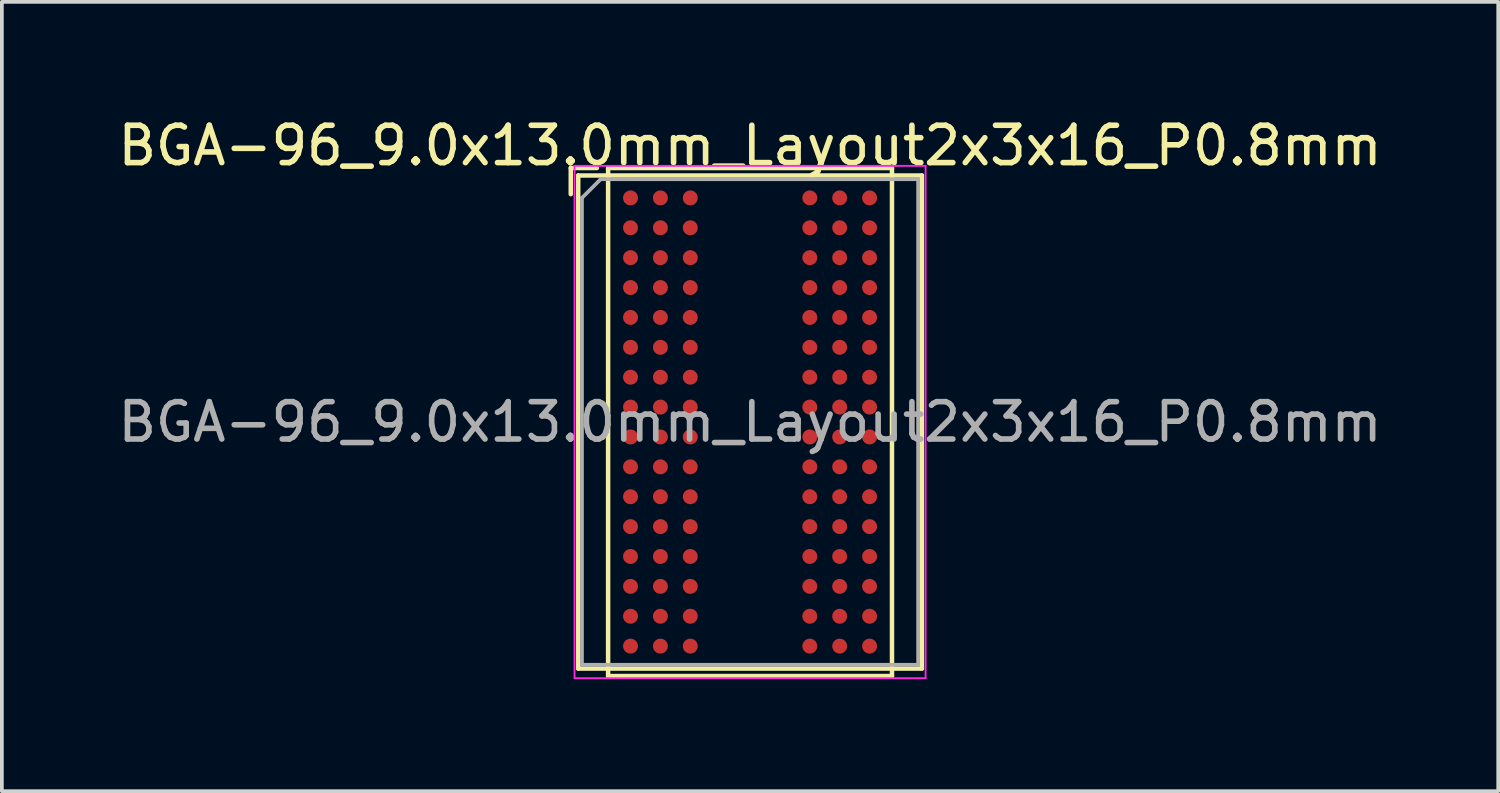
<source format=kicad_pcb>
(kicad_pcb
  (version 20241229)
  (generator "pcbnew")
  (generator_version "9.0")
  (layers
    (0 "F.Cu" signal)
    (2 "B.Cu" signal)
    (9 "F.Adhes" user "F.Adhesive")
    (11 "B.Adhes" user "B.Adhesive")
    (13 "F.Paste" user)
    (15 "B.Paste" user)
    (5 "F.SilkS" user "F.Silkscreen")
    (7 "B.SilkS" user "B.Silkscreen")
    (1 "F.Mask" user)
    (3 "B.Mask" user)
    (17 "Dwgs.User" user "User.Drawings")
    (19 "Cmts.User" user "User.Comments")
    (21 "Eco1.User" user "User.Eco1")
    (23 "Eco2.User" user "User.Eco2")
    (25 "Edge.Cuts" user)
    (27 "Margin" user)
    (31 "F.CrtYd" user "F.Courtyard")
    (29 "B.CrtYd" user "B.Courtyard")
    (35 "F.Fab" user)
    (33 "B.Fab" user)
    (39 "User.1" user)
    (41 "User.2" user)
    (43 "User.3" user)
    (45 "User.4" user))
  (footprint "BGA-96_9.0x13.0mm_Layout2x3x16_P0.8mm"
    (layer "F.Cu")
    (at 17.03 8.248)
    (property "Reference" "BGA-96_9.0x13.0mm_Layout2x3x16_P0.8mm" (at 0 -7.4 0) (layer "F.SilkS") (effects (font (size 1 1) (thickness 0.15))))
    (attr smd)
    (fp_line (start -4.8 -6.8) (end -4.8 -6.1) (stroke (width 0.12) (type solid)) (layer "F.SilkS"))
    (fp_line (start -4.6 -6.6) (end -4.6 6.6) (stroke (width 0.12) (type solid)) (layer "F.SilkS"))
    (fp_line (start -4.6 6.6) (end 4.6 6.6) (stroke (width 0.12) (type solid)) (layer "F.SilkS"))
    (fp_line (start -4.1 -6.8) (end -4.8 -6.8) (stroke (width 0.12) (type solid)) (layer "F.SilkS"))
    (fp_line (start -3.8 -6.8) (end 3.8 -6.8) (stroke (width 0.12) (type solid)) (layer "F.SilkS"))
    (fp_line (start -3.8 6.8) (end -3.8 -6.8) (stroke (width 0.12) (type solid)) (layer "F.SilkS"))
    (fp_line (start 3.8 6.8) (end -3.8 6.8) (stroke (width 0.12) (type solid)) (layer "F.SilkS"))
    (fp_line (start 3.8 6.8) (end 3.8 -6.8) (stroke (width 0.12) (type solid)) (layer "F.SilkS"))
    (fp_line (start 4.6 -6.6) (end -4.6 -6.6) (stroke (width 0.12) (type solid)) (layer "F.SilkS"))
    (fp_line (start 4.6 6.6) (end 4.6 -6.6) (stroke (width 0.12) (type solid)) (layer "F.SilkS"))
    (fp_line (start -4.699 -6.858) (end -4.699 6.858) (stroke (width 0.05) (type solid)) (layer "F.CrtYd"))
    (fp_line (start -4.699 -6.858) (end 4.699 -6.858) (stroke (width 0.05) (type solid)) (layer "F.CrtYd"))
    (fp_line (start 4.699 6.858) (end -4.699 6.858) (stroke (width 0.05) (type solid)) (layer "F.CrtYd"))
    (fp_line (start 4.699 6.858) (end 4.699 -6.858) (stroke (width 0.05) (type solid)) (layer "F.CrtYd"))
    (fp_line (start -4.5 -6) (end -4.5 6.5) (stroke (width 0.1) (type solid)) (layer "F.Fab"))
    (fp_line (start -4.5 6.5) (end 4.5 6.5) (stroke (width 0.1) (type solid)) (layer "F.Fab"))
    (fp_line (start -4 -6.5) (end -4.5 -6) (stroke (width 0.1) (type solid)) (layer "F.Fab"))
    (fp_line (start 4.5 -6.5) (end -4 -6.5) (stroke (width 0.1) (type solid)) (layer "F.Fab"))
    (fp_line (start 4.5 6.5) (end 4.5 -6.5) (stroke (width 0.1) (type solid)) (layer "F.Fab"))
    (fp_text user "${REFERENCE}" (at 0 0 0) (layer "F.Fab") (effects (font (size 1 1) (thickness 0.15))))
    (pad "A1" smd circle (at -3.2 -6) (size 0.4 0.4) (layers "F.Cu" "F.Mask" "F.Paste"))
    (pad "A2" smd circle (at -2.4 -6) (size 0.4 0.4) (layers "F.Cu" "F.Mask" "F.Paste"))
    (pad "A3" smd circle (at -1.6 -6) (size 0.4 0.4) (layers "F.Cu" "F.Mask" "F.Paste"))
    (pad "A7" smd circle (at 1.6 -6) (size 0.4 0.4) (layers "F.Cu" "F.Mask" "F.Paste"))
    (pad "A8" smd circle (at 2.4 -6) (size 0.4 0.4) (layers "F.Cu" "F.Mask" "F.Paste"))
    (pad "A9" smd circle (at 3.2 -6) (size 0.4 0.4) (layers "F.Cu" "F.Mask" "F.Paste"))
    (pad "B1" smd circle (at -3.2 -5.2) (size 0.4 0.4) (layers "F.Cu" "F.Mask" "F.Paste"))
    (pad "B2" smd circle (at -2.4 -5.2) (size 0.4 0.4) (layers "F.Cu" "F.Mask" "F.Paste"))
    (pad "B3" smd circle (at -1.6 -5.2) (size 0.4 0.4) (layers "F.Cu" "F.Mask" "F.Paste"))
    (pad "B7" smd circle (at 1.6 -5.2) (size 0.4 0.4) (layers "F.Cu" "F.Mask" "F.Paste"))
    (pad "B8" smd circle (at 2.4 -5.2) (size 0.4 0.4) (layers "F.Cu" "F.Mask" "F.Paste"))
    (pad "B9" smd circle (at 3.2 -5.2) (size 0.4 0.4) (layers "F.Cu" "F.Mask" "F.Paste"))
    (pad "C1" smd circle (at -3.2 -4.4) (size 0.4 0.4) (layers "F.Cu" "F.Mask" "F.Paste"))
    (pad "C2" smd circle (at -2.4 -4.4) (size 0.4 0.4) (layers "F.Cu" "F.Mask" "F.Paste"))
    (pad "C3" smd circle (at -1.6 -4.4) (size 0.4 0.4) (layers "F.Cu" "F.Mask" "F.Paste"))
    (pad "C7" smd circle (at 1.6 -4.4) (size 0.4 0.4) (layers "F.Cu" "F.Mask" "F.Paste"))
    (pad "C8" smd circle (at 2.4 -4.4) (size 0.4 0.4) (layers "F.Cu" "F.Mask" "F.Paste"))
    (pad "C9" smd circle (at 3.2 -4.4) (size 0.4 0.4) (layers "F.Cu" "F.Mask" "F.Paste"))
    (pad "D1" smd circle (at -3.2 -3.6) (size 0.4 0.4) (layers "F.Cu" "F.Mask" "F.Paste"))
    (pad "D2" smd circle (at -2.4 -3.6) (size 0.4 0.4) (layers "F.Cu" "F.Mask" "F.Paste"))
    (pad "D3" smd circle (at -1.6 -3.6) (size 0.4 0.4) (layers "F.Cu" "F.Mask" "F.Paste"))
    (pad "D7" smd circle (at 1.6 -3.6) (size 0.4 0.4) (layers "F.Cu" "F.Mask" "F.Paste"))
    (pad "D8" smd circle (at 2.4 -3.6) (size 0.4 0.4) (layers "F.Cu" "F.Mask" "F.Paste"))
    (pad "D9" smd circle (at 3.2 -3.6) (size 0.4 0.4) (layers "F.Cu" "F.Mask" "F.Paste"))
    (pad "E1" smd circle (at -3.2 -2.8) (size 0.4 0.4) (layers "F.Cu" "F.Mask" "F.Paste"))
    (pad "E2" smd circle (at -2.4 -2.8) (size 0.4 0.4) (layers "F.Cu" "F.Mask" "F.Paste"))
    (pad "E3" smd circle (at -1.6 -2.8) (size 0.4 0.4) (layers "F.Cu" "F.Mask" "F.Paste"))
    (pad "E7" smd circle (at 1.6 -2.8) (size 0.4 0.4) (layers "F.Cu" "F.Mask" "F.Paste"))
    (pad "E8" smd circle (at 2.4 -2.8) (size 0.4 0.4) (layers "F.Cu" "F.Mask" "F.Paste"))
    (pad "E9" smd circle (at 3.2 -2.8) (size 0.4 0.4) (layers "F.Cu" "F.Mask" "F.Paste"))
    (pad "F1" smd circle (at -3.2 -2) (size 0.4 0.4) (layers "F.Cu" "F.Mask" "F.Paste"))
    (pad "F2" smd circle (at -2.4 -2) (size 0.4 0.4) (layers "F.Cu" "F.Mask" "F.Paste"))
    (pad "F3" smd circle (at -1.6 -2) (size 0.4 0.4) (layers "F.Cu" "F.Mask" "F.Paste"))
    (pad "F7" smd circle (at 1.6 -2) (size 0.4 0.4) (layers "F.Cu" "F.Mask" "F.Paste"))
    (pad "F8" smd circle (at 2.4 -2) (size 0.4 0.4) (layers "F.Cu" "F.Mask" "F.Paste"))
    (pad "F9" smd circle (at 3.2 -2) (size 0.4 0.4) (layers "F.Cu" "F.Mask" "F.Paste"))
    (pad "G1" smd circle (at -3.2 -1.2) (size 0.4 0.4) (layers "F.Cu" "F.Mask" "F.Paste"))
    (pad "G2" smd circle (at -2.4 -1.2) (size 0.4 0.4) (layers "F.Cu" "F.Mask" "F.Paste"))
    (pad "G3" smd circle (at -1.6 -1.2) (size 0.4 0.4) (layers "F.Cu" "F.Mask" "F.Paste"))
    (pad "G7" smd circle (at 1.6 -1.2) (size 0.4 0.4) (layers "F.Cu" "F.Mask" "F.Paste"))
    (pad "G8" smd circle (at 2.4 -1.2) (size 0.4 0.4) (layers "F.Cu" "F.Mask" "F.Paste"))
    (pad "G9" smd circle (at 3.2 -1.2) (size 0.4 0.4) (layers "F.Cu" "F.Mask" "F.Paste"))
    (pad "H1" smd circle (at -3.2 -0.4) (size 0.4 0.4) (layers "F.Cu" "F.Mask" "F.Paste"))
    (pad "H2" smd circle (at -2.4 -0.4) (size 0.4 0.4) (layers "F.Cu" "F.Mask" "F.Paste"))
    (pad "H3" smd circle (at -1.6 -0.4) (size 0.4 0.4) (layers "F.Cu" "F.Mask" "F.Paste"))
    (pad "H7" smd circle (at 1.6 -0.4) (size 0.4 0.4) (layers "F.Cu" "F.Mask" "F.Paste"))
    (pad "H8" smd circle (at 2.4 -0.4) (size 0.4 0.4) (layers "F.Cu" "F.Mask" "F.Paste"))
    (pad "H9" smd circle (at 3.2 -0.4) (size 0.4 0.4) (layers "F.Cu" "F.Mask" "F.Paste"))
    (pad "J1" smd circle (at -3.2 0.4) (size 0.4 0.4) (layers "F.Cu" "F.Mask" "F.Paste"))
    (pad "J2" smd circle (at -2.4 0.4) (size 0.4 0.4) (layers "F.Cu" "F.Mask" "F.Paste"))
    (pad "J3" smd circle (at -1.6 0.4) (size 0.4 0.4) (layers "F.Cu" "F.Mask" "F.Paste"))
    (pad "J7" smd circle (at 1.6 0.4) (size 0.4 0.4) (layers "F.Cu" "F.Mask" "F.Paste"))
    (pad "J8" smd circle (at 2.4 0.4) (size 0.4 0.4) (layers "F.Cu" "F.Mask" "F.Paste"))
    (pad "J9" smd circle (at 3.2 0.4) (size 0.4 0.4) (layers "F.Cu" "F.Mask" "F.Paste"))
    (pad "K1" smd circle (at -3.2 1.2) (size 0.4 0.4) (layers "F.Cu" "F.Mask" "F.Paste"))
    (pad "K2" smd circle (at -2.4 1.2) (size 0.4 0.4) (layers "F.Cu" "F.Mask" "F.Paste"))
    (pad "K3" smd circle (at -1.6 1.2) (size 0.4 0.4) (layers "F.Cu" "F.Mask" "F.Paste"))
    (pad "K7" smd circle (at 1.6 1.2) (size 0.4 0.4) (layers "F.Cu" "F.Mask" "F.Paste"))
    (pad "K8" smd circle (at 2.4 1.2) (size 0.4 0.4) (layers "F.Cu" "F.Mask" "F.Paste"))
    (pad "K9" smd circle (at 3.2 1.2) (size 0.4 0.4) (layers "F.Cu" "F.Mask" "F.Paste"))
    (pad "L1" smd circle (at -3.2 2) (size 0.4 0.4) (layers "F.Cu" "F.Mask" "F.Paste"))
    (pad "L2" smd circle (at -2.4 2) (size 0.4 0.4) (layers "F.Cu" "F.Mask" "F.Paste"))
    (pad "L3" smd circle (at -1.6 2) (size 0.4 0.4) (layers "F.Cu" "F.Mask" "F.Paste"))
    (pad "L7" smd circle (at 1.6 2) (size 0.4 0.4) (layers "F.Cu" "F.Mask" "F.Paste"))
    (pad "L8" smd circle (at 2.4 2) (size 0.4 0.4) (layers "F.Cu" "F.Mask" "F.Paste"))
    (pad "L9" smd circle (at 3.2 2) (size 0.4 0.4) (layers "F.Cu" "F.Mask" "F.Paste"))
    (pad "M1" smd circle (at -3.2 2.8) (size 0.4 0.4) (layers "F.Cu" "F.Mask" "F.Paste"))
    (pad "M2" smd circle (at -2.4 2.8) (size 0.4 0.4) (layers "F.Cu" "F.Mask" "F.Paste"))
    (pad "M3" smd circle (at -1.6 2.8) (size 0.4 0.4) (layers "F.Cu" "F.Mask" "F.Paste"))
    (pad "M7" smd circle (at 1.6 2.8) (size 0.4 0.4) (layers "F.Cu" "F.Mask" "F.Paste"))
    (pad "M8" smd circle (at 2.4 2.8) (size 0.4 0.4) (layers "F.Cu" "F.Mask" "F.Paste"))
    (pad "M9" smd circle (at 3.2 2.8) (size 0.4 0.4) (layers "F.Cu" "F.Mask" "F.Paste"))
    (pad "N1" smd circle (at -3.2 3.6) (size 0.4 0.4) (layers "F.Cu" "F.Mask" "F.Paste"))
    (pad "N2" smd circle (at -2.4 3.6) (size 0.4 0.4) (layers "F.Cu" "F.Mask" "F.Paste"))
    (pad "N3" smd circle (at -1.6 3.6) (size 0.4 0.4) (layers "F.Cu" "F.Mask" "F.Paste"))
    (pad "N7" smd circle (at 1.6 3.6) (size 0.4 0.4) (layers "F.Cu" "F.Mask" "F.Paste"))
    (pad "N8" smd circle (at 2.4 3.6) (size 0.4 0.4) (layers "F.Cu" "F.Mask" "F.Paste"))
    (pad "N9" smd circle (at 3.2 3.6) (size 0.4 0.4) (layers "F.Cu" "F.Mask" "F.Paste"))
    (pad "P1" smd circle (at -3.2 4.4) (size 0.4 0.4) (layers "F.Cu" "F.Mask" "F.Paste"))
    (pad "P2" smd circle (at -2.4 4.4) (size 0.4 0.4) (layers "F.Cu" "F.Mask" "F.Paste"))
    (pad "P3" smd circle (at -1.6 4.4) (size 0.4 0.4) (layers "F.Cu" "F.Mask" "F.Paste"))
    (pad "P7" smd circle (at 1.6 4.4) (size 0.4 0.4) (layers "F.Cu" "F.Mask" "F.Paste"))
    (pad "P8" smd circle (at 2.4 4.4) (size 0.4 0.4) (layers "F.Cu" "F.Mask" "F.Paste"))
    (pad "P9" smd circle (at 3.2 4.4) (size 0.4 0.4) (layers "F.Cu" "F.Mask" "F.Paste"))
    (pad "R1" smd circle (at -3.2 5.2) (size 0.4 0.4) (layers "F.Cu" "F.Mask" "F.Paste"))
    (pad "R2" smd circle (at -2.4 5.2) (size 0.4 0.4) (layers "F.Cu" "F.Mask" "F.Paste"))
    (pad "R3" smd circle (at -1.6 5.2) (size 0.4 0.4) (layers "F.Cu" "F.Mask" "F.Paste"))
    (pad "R7" smd circle (at 1.6 5.2) (size 0.4 0.4) (layers "F.Cu" "F.Mask" "F.Paste"))
    (pad "R8" smd circle (at 2.4 5.2) (size 0.4 0.4) (layers "F.Cu" "F.Mask" "F.Paste"))
    (pad "R9" smd circle (at 3.2 5.2) (size 0.4 0.4) (layers "F.Cu" "F.Mask" "F.Paste"))
    (pad "T1" smd circle (at -3.2 6) (size 0.4 0.4) (layers "F.Cu" "F.Mask" "F.Paste"))
    (pad "T2" smd circle (at -2.4 6) (size 0.4 0.4) (layers "F.Cu" "F.Mask" "F.Paste"))
    (pad "T3" smd circle (at -1.6 6) (size 0.4 0.4) (layers "F.Cu" "F.Mask" "F.Paste"))
    (pad "T7" smd circle (at 1.6 6) (size 0.4 0.4) (layers "F.Cu" "F.Mask" "F.Paste"))
    (pad "T8" smd circle (at 2.4 6) (size 0.4 0.4) (layers "F.Cu" "F.Mask" "F.Paste"))
    (pad "T9" smd circle (at 3.2 6) (size 0.4 0.4) (layers "F.Cu" "F.Mask" "F.Paste")))
  (gr_rect
    (start -3 -3)
    (end 37.06 18.131)
    (stroke (width 0.1) (type default))
    (fill no)
    (layer "Edge.Cuts")))
</source>
